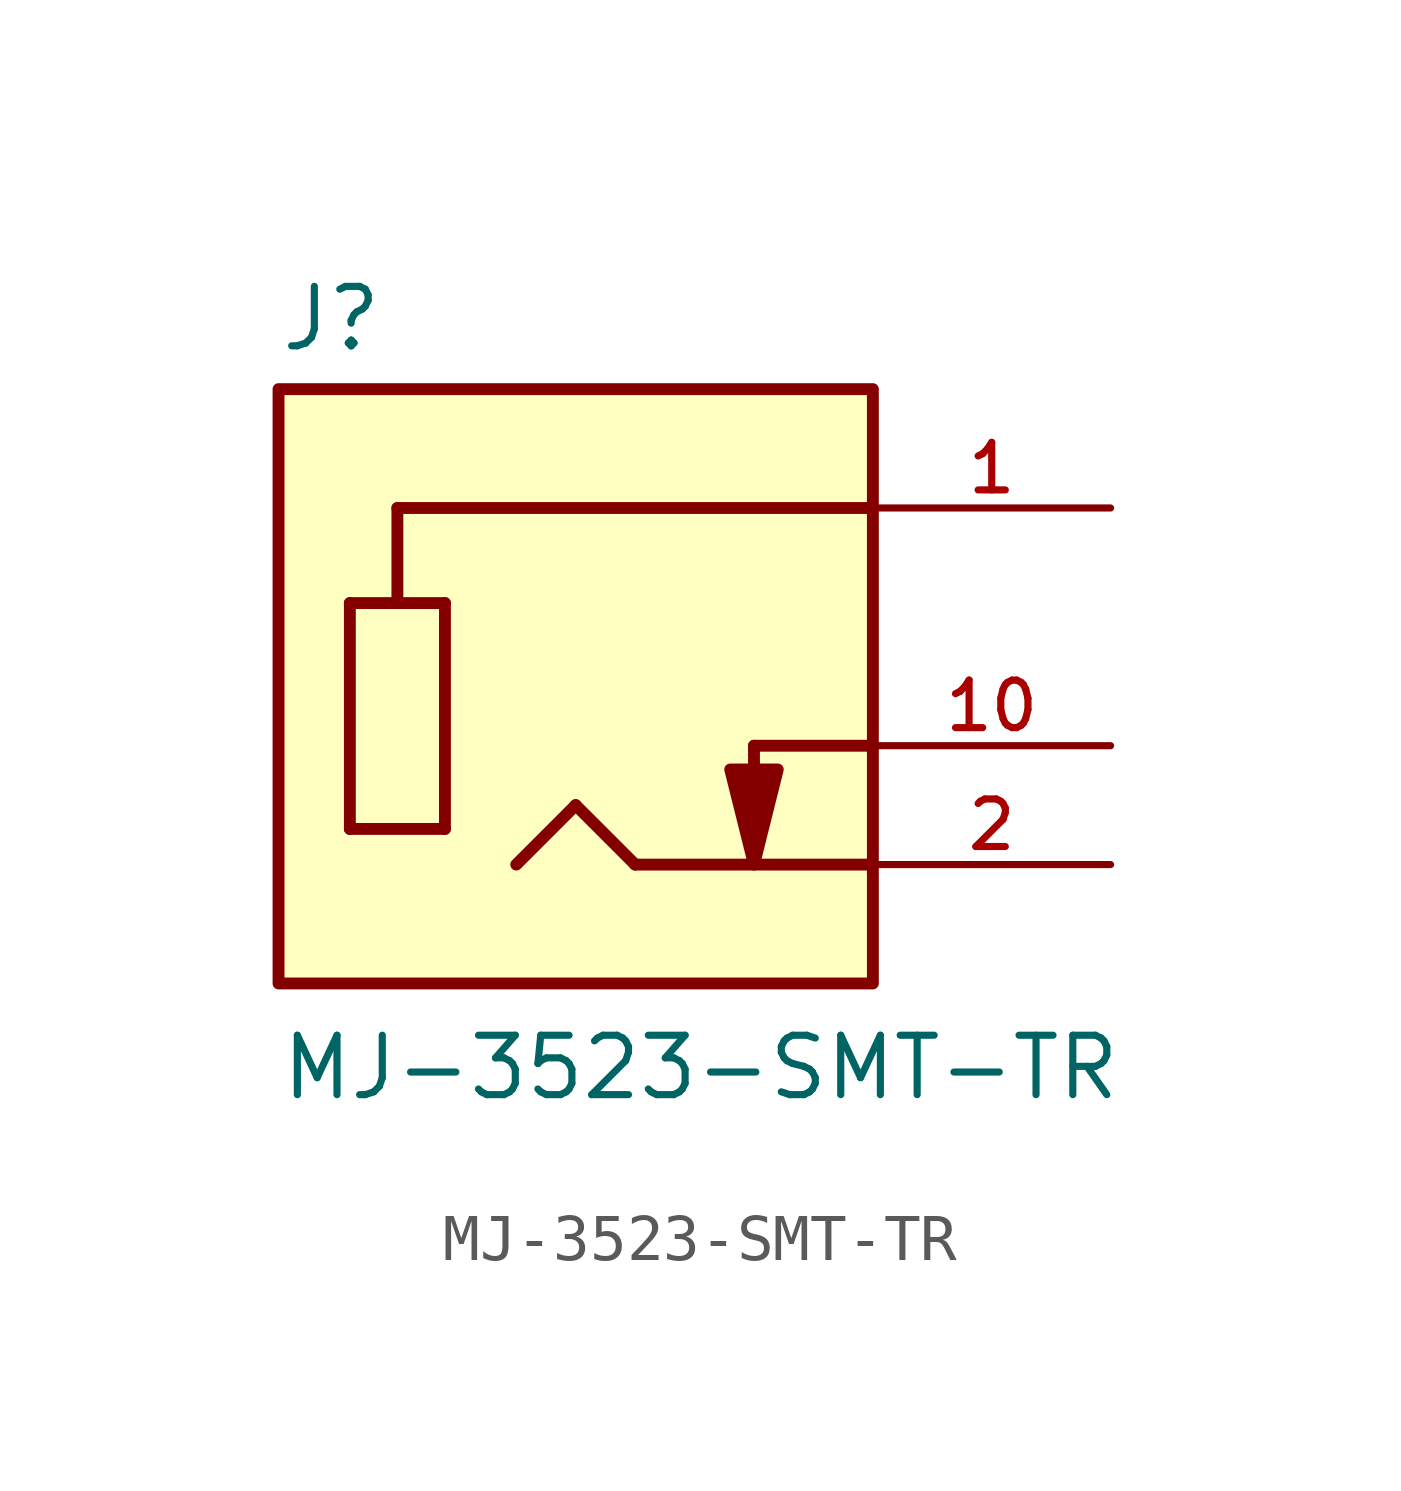
<source format=kicad_sym>
(kicad_symbol_lib
  (version 20211014)
  (generator kicad_symbol_editor)
  (symbol "MJ-3523-SMT-TR"
    (pin_names
      (offset 1.016))
    (property "Reference" "J"
      (at -7.62 5.842 0)
      (effects (font (size 1.27 1.27)) (justify bottom left)))
    (property "Value" "MJ-3523-SMT-TR"
      (at -7.62 -10.16 0)
      (effects (font (size 1.27 1.27)) (justify bottom left)))
    (symbol "MJ-3523-SMT-TR_0_0"
      (polyline (pts (xy -6.096 0.508) (xy -6.096 -4.318)) (stroke (width 0.254)))
      (polyline (pts (xy -6.096 -4.318) (xy -4.064 -4.318)) (stroke (width 0.254)))
      (polyline (pts (xy -4.064 -4.318) (xy -4.064 0.508)) (stroke (width 0.254)))
      (polyline (pts (xy -4.064 0.508) (xy -5.08 0.508)) (stroke (width 0.254)))
      (polyline (pts (xy -5.08 0.508) (xy -6.096 0.508)) (stroke (width 0.254)))
      (polyline (pts (xy -5.08 0.508) (xy -5.08 2.54)) (stroke (width 0.254)))
      (polyline (pts (xy -5.08 2.54) (xy 5.08 2.54)) (stroke (width 0.254)))
      (polyline (pts (xy -2.54 -5.08) (xy -1.27 -3.81)) (stroke (width 0.254)))
      (polyline (pts (xy -1.27 -3.81) (xy 0.0 -5.08)) (stroke (width 0.254)))
      (polyline (pts (xy 0.0 -5.08) (xy 5.08 -5.08)) (stroke (width 0.254)))
      (polyline (pts (xy 3.048 -3.048) (xy 2.032 -3.048) (xy 2.54 -5.08) (xy 3.048 -3.048)) (stroke (width 0.254)) (fill (type outline)))
      (polyline (pts (xy 5.08 -2.54) (xy 2.54 -2.54)) (stroke (width 0.254)))
      (polyline (pts (xy 2.54 -2.54) (xy 2.54 -3.81)) (stroke (width 0.254)))
      (rectangle (start -7.62 -7.62) (end 5.08 5.08) (stroke (width 0.254)) (fill (type background)))
      (pin passive line (at 10.16 2.54 180.0) (length 5.08) (name "~" (effects (font (size 1.016 1.016)))) (number "1" (effects (font (size 1.016 1.016)))))
      (pin passive line (at 10.16 -5.08 180.0) (length 5.08) (name "~" (effects (font (size 1.016 1.016)))) (number "2" (effects (font (size 1.016 1.016)))))
      (pin passive line (at 10.16 -2.54 180.0) (length 5.08) (name "~" (effects (font (size 1.016 1.016)))) (number "10" (effects (font (size 1.016 1.016))))))))
</source>
